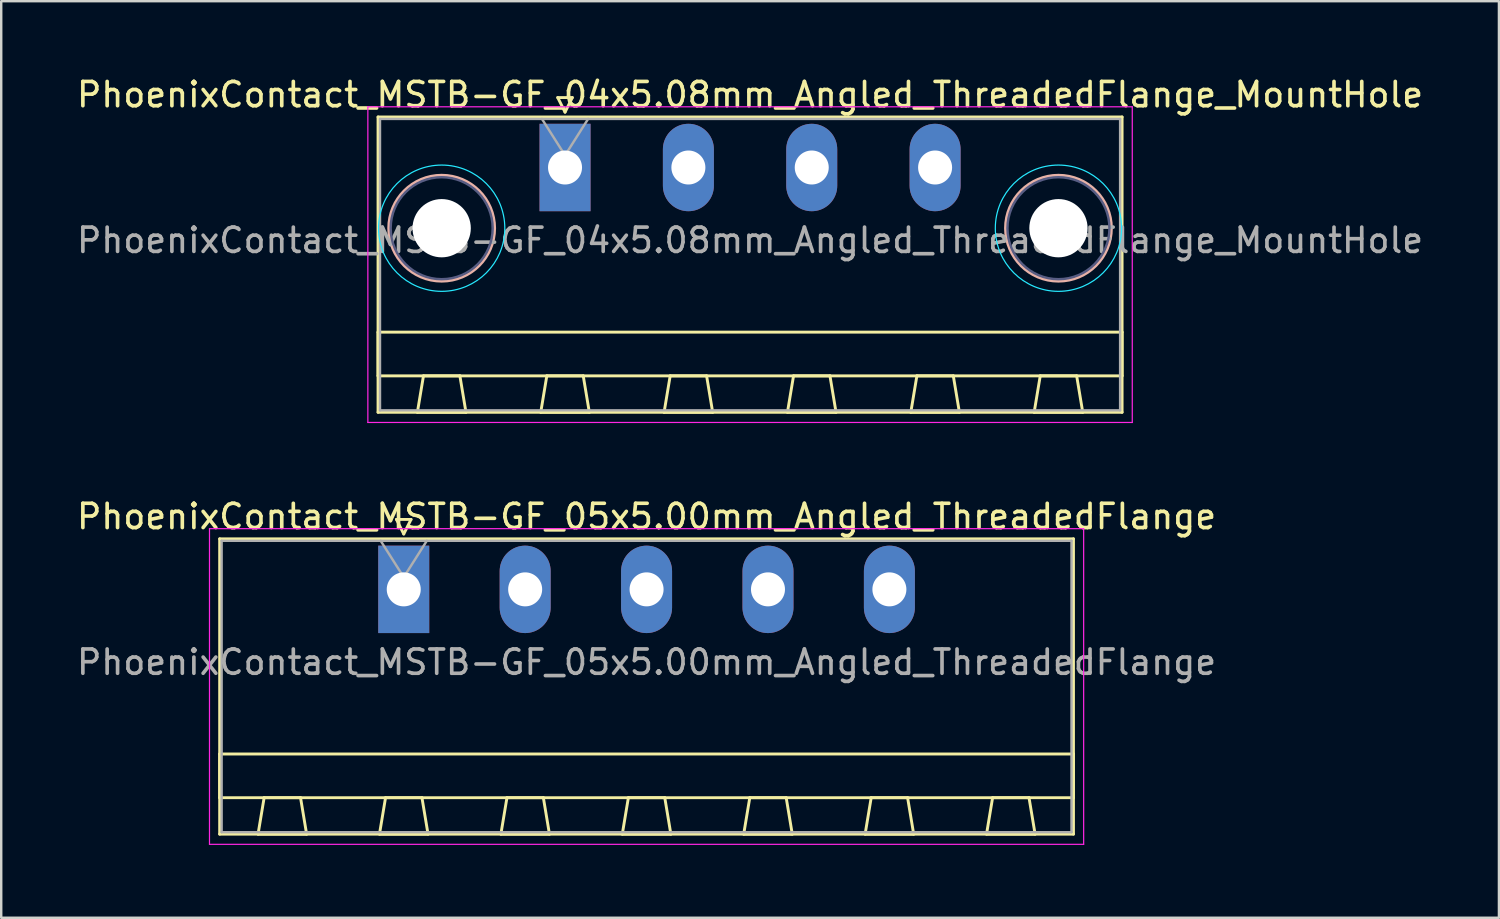
<source format=kicad_pcb>
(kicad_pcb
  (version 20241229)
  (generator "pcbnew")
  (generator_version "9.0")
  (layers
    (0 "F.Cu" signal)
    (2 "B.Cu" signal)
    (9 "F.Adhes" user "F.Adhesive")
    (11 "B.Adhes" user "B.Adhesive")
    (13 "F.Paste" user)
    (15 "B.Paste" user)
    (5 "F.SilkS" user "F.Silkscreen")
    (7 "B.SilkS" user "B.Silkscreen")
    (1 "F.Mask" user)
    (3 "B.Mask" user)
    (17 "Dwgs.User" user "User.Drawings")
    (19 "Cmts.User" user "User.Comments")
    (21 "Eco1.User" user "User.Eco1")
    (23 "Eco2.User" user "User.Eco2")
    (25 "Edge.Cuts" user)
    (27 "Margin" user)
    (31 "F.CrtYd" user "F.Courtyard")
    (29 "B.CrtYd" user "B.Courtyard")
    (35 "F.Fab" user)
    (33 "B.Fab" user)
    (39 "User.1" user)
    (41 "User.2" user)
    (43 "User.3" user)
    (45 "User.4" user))
  (footprint "PhoenixContact_MSTB-GF_04x5.08mm_Angled_ThreadedFlange_MountHole"
    (layer "F.Cu")
    (at 20.219 3.848)
    (property "Reference" "PhoenixContact_MSTB-GF_04x5.08mm_Angled_ThreadedFlange_MountHole" (at 7.62 -3 0) (layer "F.SilkS") (effects (font (size 1 1) (thickness 0.15))))
    (attr through_hole)
    (fp_line (start -7.7 -2.08) (end -7.7 10.08) (stroke (width 0.12) (type solid)) (layer "F.SilkS"))
    (fp_line (start -7.7 6.78) (end 22.94 6.78) (stroke (width 0.12) (type solid)) (layer "F.SilkS"))
    (fp_line (start -7.7 8.58) (end -7.7 6.78) (stroke (width 0.12) (type solid)) (layer "F.SilkS"))
    (fp_line (start -7.7 10.08) (end 22.94 10.08) (stroke (width 0.12) (type solid)) (layer "F.SilkS"))
    (fp_line (start -6.08 10.08) (end -4.08 10.08) (stroke (width 0.12) (type solid)) (layer "F.SilkS"))
    (fp_line (start -5.83 8.58) (end -6.08 10.08) (stroke (width 0.12) (type solid)) (layer "F.SilkS"))
    (fp_line (start -4.33 8.58) (end -5.83 8.58) (stroke (width 0.12) (type solid)) (layer "F.SilkS"))
    (fp_line (start -4.08 10.08) (end -4.33 8.58) (stroke (width 0.12) (type solid)) (layer "F.SilkS"))
    (fp_line (start -1 10.08) (end 1 10.08) (stroke (width 0.12) (type solid)) (layer "F.SilkS"))
    (fp_line (start -0.75 8.58) (end -1 10.08) (stroke (width 0.12) (type solid)) (layer "F.SilkS"))
    (fp_line (start -0.3 -2.88) (end 0.3 -2.88) (stroke (width 0.12) (type solid)) (layer "F.SilkS"))
    (fp_line (start 0 -2.28) (end -0.3 -2.88) (stroke (width 0.12) (type solid)) (layer "F.SilkS"))
    (fp_line (start 0.3 -2.88) (end 0 -2.28) (stroke (width 0.12) (type solid)) (layer "F.SilkS"))
    (fp_line (start 0.75 8.58) (end -0.75 8.58) (stroke (width 0.12) (type solid)) (layer "F.SilkS"))
    (fp_line (start 1 10.08) (end 0.75 8.58) (stroke (width 0.12) (type solid)) (layer "F.SilkS"))
    (fp_line (start 4.08 10.08) (end 6.08 10.08) (stroke (width 0.12) (type solid)) (layer "F.SilkS"))
    (fp_line (start 4.33 8.58) (end 4.08 10.08) (stroke (width 0.12) (type solid)) (layer "F.SilkS"))
    (fp_line (start 5.83 8.58) (end 4.33 8.58) (stroke (width 0.12) (type solid)) (layer "F.SilkS"))
    (fp_line (start 6.08 10.08) (end 5.83 8.58) (stroke (width 0.12) (type solid)) (layer "F.SilkS"))
    (fp_line (start 9.16 10.08) (end 11.16 10.08) (stroke (width 0.12) (type solid)) (layer "F.SilkS"))
    (fp_line (start 9.41 8.58) (end 9.16 10.08) (stroke (width 0.12) (type solid)) (layer "F.SilkS"))
    (fp_line (start 10.91 8.58) (end 9.41 8.58) (stroke (width 0.12) (type solid)) (layer "F.SilkS"))
    (fp_line (start 11.16 10.08) (end 10.91 8.58) (stroke (width 0.12) (type solid)) (layer "F.SilkS"))
    (fp_line (start 14.24 10.08) (end 16.24 10.08) (stroke (width 0.12) (type solid)) (layer "F.SilkS"))
    (fp_line (start 14.49 8.58) (end 14.24 10.08) (stroke (width 0.12) (type solid)) (layer "F.SilkS"))
    (fp_line (start 15.99 8.58) (end 14.49 8.58) (stroke (width 0.12) (type solid)) (layer "F.SilkS"))
    (fp_line (start 16.24 10.08) (end 15.99 8.58) (stroke (width 0.12) (type solid)) (layer "F.SilkS"))
    (fp_line (start 19.32 10.08) (end 21.32 10.08) (stroke (width 0.12) (type solid)) (layer "F.SilkS"))
    (fp_line (start 19.57 8.58) (end 19.32 10.08) (stroke (width 0.12) (type solid)) (layer "F.SilkS"))
    (fp_line (start 21.07 8.58) (end 19.57 8.58) (stroke (width 0.12) (type solid)) (layer "F.SilkS"))
    (fp_line (start 21.32 10.08) (end 21.07 8.58) (stroke (width 0.12) (type solid)) (layer "F.SilkS"))
    (fp_line (start 22.94 -2.08) (end -7.7 -2.08) (stroke (width 0.12) (type solid)) (layer "F.SilkS"))
    (fp_line (start 22.94 6.78) (end 22.94 8.58) (stroke (width 0.12) (type solid)) (layer "F.SilkS"))
    (fp_line (start 22.94 8.58) (end -7.7 8.58) (stroke (width 0.12) (type solid)) (layer "F.SilkS"))
    (fp_line (start 22.94 10.08) (end 22.94 -2.08) (stroke (width 0.12) (type solid)) (layer "F.SilkS"))
    (fp_circle (center -5.08 2.5) (end -2.9 2.5) (stroke (width 0.12) (type solid)) (fill no) (layer "B.SilkS"))
    (fp_circle (center 20.32 2.5) (end 22.5 2.5) (stroke (width 0.12) (type solid)) (fill no) (layer "B.SilkS"))
    (fp_circle (center -5.08 2.5) (end -2.48 2.5) (stroke (width 0.05) (type solid)) (fill no) (layer "B.CrtYd"))
    (fp_circle (center 20.32 2.5) (end 22.92 2.5) (stroke (width 0.05) (type solid)) (fill no) (layer "B.CrtYd"))
    (fp_line (start -8.12 -2.5) (end -8.12 10.5) (stroke (width 0.05) (type solid)) (layer "F.CrtYd"))
    (fp_line (start -8.12 10.5) (end 23.36 10.5) (stroke (width 0.05) (type solid)) (layer "F.CrtYd"))
    (fp_line (start 23.36 -2.5) (end -8.12 -2.5) (stroke (width 0.05) (type solid)) (layer "F.CrtYd"))
    (fp_line (start 23.36 10.5) (end 23.36 -2.5) (stroke (width 0.05) (type solid)) (layer "F.CrtYd"))
    (fp_circle (center -5.08 2.5) (end -2.98 2.5) (stroke (width 0.1) (type solid)) (fill no) (layer "B.Fab"))
    (fp_circle (center 20.32 2.5) (end 22.42 2.5) (stroke (width 0.1) (type solid)) (fill no) (layer "B.Fab"))
    (fp_line (start -7.62 -2) (end -7.62 10) (stroke (width 0.1) (type solid)) (layer "F.Fab"))
    (fp_line (start -7.62 10) (end 22.86 10) (stroke (width 0.1) (type solid)) (layer "F.Fab"))
    (fp_line (start 0 -0.5) (end -0.95 -2) (stroke (width 0.1) (type solid)) (layer "F.Fab"))
    (fp_line (start 0.95 -2) (end 0 -0.5) (stroke (width 0.1) (type solid)) (layer "F.Fab"))
    (fp_line (start 22.86 -2) (end -7.62 -2) (stroke (width 0.1) (type solid)) (layer "F.Fab"))
    (fp_line (start 22.86 10) (end 22.86 -2) (stroke (width 0.1) (type solid)) (layer "F.Fab"))
    (fp_text user "${REFERENCE}" (at 7.62 3 0) (layer "F.Fab") (effects (font (size 1 1) (thickness 0.15))))
    (pad "" np_thru_hole circle (at -5.08 2.5) (size 2.4 2.4) (drill 2.4) (layers "*.Cu" "*.Mask"))
    (pad "" np_thru_hole circle (at 20.32 2.5) (size 2.4 2.4) (drill 2.4) (layers "*.Cu" "*.Mask"))
    (pad "1" thru_hole rect (at 0 0) (size 2.1 3.6) (drill 1.4) (layers "*.Cu" "*.Mask"))
    (pad "2" thru_hole oval (at 5.08 0) (size 2.1 3.6) (drill 1.4) (layers "*.Cu" "*.Mask"))
    (pad "3" thru_hole oval (at 10.16 0) (size 2.1 3.6) (drill 1.4) (layers "*.Cu" "*.Mask"))
    (pad "4" thru_hole oval (at 15.24 0) (size 2.1 3.6) (drill 1.4) (layers "*.Cu" "*.Mask")))
  (footprint "PhoenixContact_MSTB-GF_05x5.00mm_Angled_ThreadedFlange"
    (layer "F.Cu")
    (at 13.577 21.221)
    (property "Reference" "PhoenixContact_MSTB-GF_05x5.00mm_Angled_ThreadedFlange" (at 10 -3 0) (layer "F.SilkS") (effects (font (size 1 1) (thickness 0.15))))
    (attr through_hole)
    (fp_line (start -7.58 -2.08) (end -7.58 10.08) (stroke (width 0.12) (type solid)) (layer "F.SilkS"))
    (fp_line (start -7.58 6.78) (end 27.58 6.78) (stroke (width 0.12) (type solid)) (layer "F.SilkS"))
    (fp_line (start -7.58 8.58) (end -7.58 6.78) (stroke (width 0.12) (type solid)) (layer "F.SilkS"))
    (fp_line (start -7.58 10.08) (end 27.58 10.08) (stroke (width 0.12) (type solid)) (layer "F.SilkS"))
    (fp_line (start -6 10.08) (end -4 10.08) (stroke (width 0.12) (type solid)) (layer "F.SilkS"))
    (fp_line (start -5.75 8.58) (end -6 10.08) (stroke (width 0.12) (type solid)) (layer "F.SilkS"))
    (fp_line (start -4.25 8.58) (end -5.75 8.58) (stroke (width 0.12) (type solid)) (layer "F.SilkS"))
    (fp_line (start -4 10.08) (end -4.25 8.58) (stroke (width 0.12) (type solid)) (layer "F.SilkS"))
    (fp_line (start -1 10.08) (end 1 10.08) (stroke (width 0.12) (type solid)) (layer "F.SilkS"))
    (fp_line (start -0.75 8.58) (end -1 10.08) (stroke (width 0.12) (type solid)) (layer "F.SilkS"))
    (fp_line (start -0.3 -2.88) (end 0.3 -2.88) (stroke (width 0.12) (type solid)) (layer "F.SilkS"))
    (fp_line (start 0 -2.28) (end -0.3 -2.88) (stroke (width 0.12) (type solid)) (layer "F.SilkS"))
    (fp_line (start 0.3 -2.88) (end 0 -2.28) (stroke (width 0.12) (type solid)) (layer "F.SilkS"))
    (fp_line (start 0.75 8.58) (end -0.75 8.58) (stroke (width 0.12) (type solid)) (layer "F.SilkS"))
    (fp_line (start 1 10.08) (end 0.75 8.58) (stroke (width 0.12) (type solid)) (layer "F.SilkS"))
    (fp_line (start 4 10.08) (end 6 10.08) (stroke (width 0.12) (type solid)) (layer "F.SilkS"))
    (fp_line (start 4.25 8.58) (end 4 10.08) (stroke (width 0.12) (type solid)) (layer "F.SilkS"))
    (fp_line (start 5.75 8.58) (end 4.25 8.58) (stroke (width 0.12) (type solid)) (layer "F.SilkS"))
    (fp_line (start 6 10.08) (end 5.75 8.58) (stroke (width 0.12) (type solid)) (layer "F.SilkS"))
    (fp_line (start 9 10.08) (end 11 10.08) (stroke (width 0.12) (type solid)) (layer "F.SilkS"))
    (fp_line (start 9.25 8.58) (end 9 10.08) (stroke (width 0.12) (type solid)) (layer "F.SilkS"))
    (fp_line (start 10.75 8.58) (end 9.25 8.58) (stroke (width 0.12) (type solid)) (layer "F.SilkS"))
    (fp_line (start 11 10.08) (end 10.75 8.58) (stroke (width 0.12) (type solid)) (layer "F.SilkS"))
    (fp_line (start 14 10.08) (end 16 10.08) (stroke (width 0.12) (type solid)) (layer "F.SilkS"))
    (fp_line (start 14.25 8.58) (end 14 10.08) (stroke (width 0.12) (type solid)) (layer "F.SilkS"))
    (fp_line (start 15.75 8.58) (end 14.25 8.58) (stroke (width 0.12) (type solid)) (layer "F.SilkS"))
    (fp_line (start 16 10.08) (end 15.75 8.58) (stroke (width 0.12) (type solid)) (layer "F.SilkS"))
    (fp_line (start 19 10.08) (end 21 10.08) (stroke (width 0.12) (type solid)) (layer "F.SilkS"))
    (fp_line (start 19.25 8.58) (end 19 10.08) (stroke (width 0.12) (type solid)) (layer "F.SilkS"))
    (fp_line (start 20.75 8.58) (end 19.25 8.58) (stroke (width 0.12) (type solid)) (layer "F.SilkS"))
    (fp_line (start 21 10.08) (end 20.75 8.58) (stroke (width 0.12) (type solid)) (layer "F.SilkS"))
    (fp_line (start 24 10.08) (end 26 10.08) (stroke (width 0.12) (type solid)) (layer "F.SilkS"))
    (fp_line (start 24.25 8.58) (end 24 10.08) (stroke (width 0.12) (type solid)) (layer "F.SilkS"))
    (fp_line (start 25.75 8.58) (end 24.25 8.58) (stroke (width 0.12) (type solid)) (layer "F.SilkS"))
    (fp_line (start 26 10.08) (end 25.75 8.58) (stroke (width 0.12) (type solid)) (layer "F.SilkS"))
    (fp_line (start 27.58 -2.08) (end -7.58 -2.08) (stroke (width 0.12) (type solid)) (layer "F.SilkS"))
    (fp_line (start 27.58 6.78) (end 27.58 8.58) (stroke (width 0.12) (type solid)) (layer "F.SilkS"))
    (fp_line (start 27.58 8.58) (end -7.58 8.58) (stroke (width 0.12) (type solid)) (layer "F.SilkS"))
    (fp_line (start 27.58 10.08) (end 27.58 -2.08) (stroke (width 0.12) (type solid)) (layer "F.SilkS"))
    (fp_line (start -8 -2.5) (end -8 10.5) (stroke (width 0.05) (type solid)) (layer "F.CrtYd"))
    (fp_line (start -8 10.5) (end 28 10.5) (stroke (width 0.05) (type solid)) (layer "F.CrtYd"))
    (fp_line (start 28 -2.5) (end -8 -2.5) (stroke (width 0.05) (type solid)) (layer "F.CrtYd"))
    (fp_line (start 28 10.5) (end 28 -2.5) (stroke (width 0.05) (type solid)) (layer "F.CrtYd"))
    (fp_line (start -7.5 -2) (end -7.5 10) (stroke (width 0.1) (type solid)) (layer "F.Fab"))
    (fp_line (start -7.5 10) (end 27.5 10) (stroke (width 0.1) (type solid)) (layer "F.Fab"))
    (fp_line (start 0 -0.5) (end -0.95 -2) (stroke (width 0.1) (type solid)) (layer "F.Fab"))
    (fp_line (start 0.95 -2) (end 0 -0.5) (stroke (width 0.1) (type solid)) (layer "F.Fab"))
    (fp_line (start 27.5 -2) (end -7.5 -2) (stroke (width 0.1) (type solid)) (layer "F.Fab"))
    (fp_line (start 27.5 10) (end 27.5 -2) (stroke (width 0.1) (type solid)) (layer "F.Fab"))
    (fp_text user "${REFERENCE}" (at 10 3 0) (layer "F.Fab") (effects (font (size 1 1) (thickness 0.15))))
    (pad "1" thru_hole rect (at 0 0) (size 2.1 3.6) (drill 1.4) (layers "*.Cu" "*.Mask"))
    (pad "2" thru_hole oval (at 5 0) (size 2.1 3.6) (drill 1.4) (layers "*.Cu" "*.Mask"))
    (pad "3" thru_hole oval (at 10 0) (size 2.1 3.6) (drill 1.4) (layers "*.Cu" "*.Mask"))
    (pad "4" thru_hole oval (at 15 0) (size 2.1 3.6) (drill 1.4) (layers "*.Cu" "*.Mask"))
    (pad "5" thru_hole oval (at 20 0) (size 2.1 3.6) (drill 1.4) (layers "*.Cu" "*.Mask")))
  (gr_rect
    (start -3 -3)
    (end 58.679 34.746)
    (stroke (width 0.1) (type default))
    (fill no)
    (layer "Edge.Cuts")))
</source>
